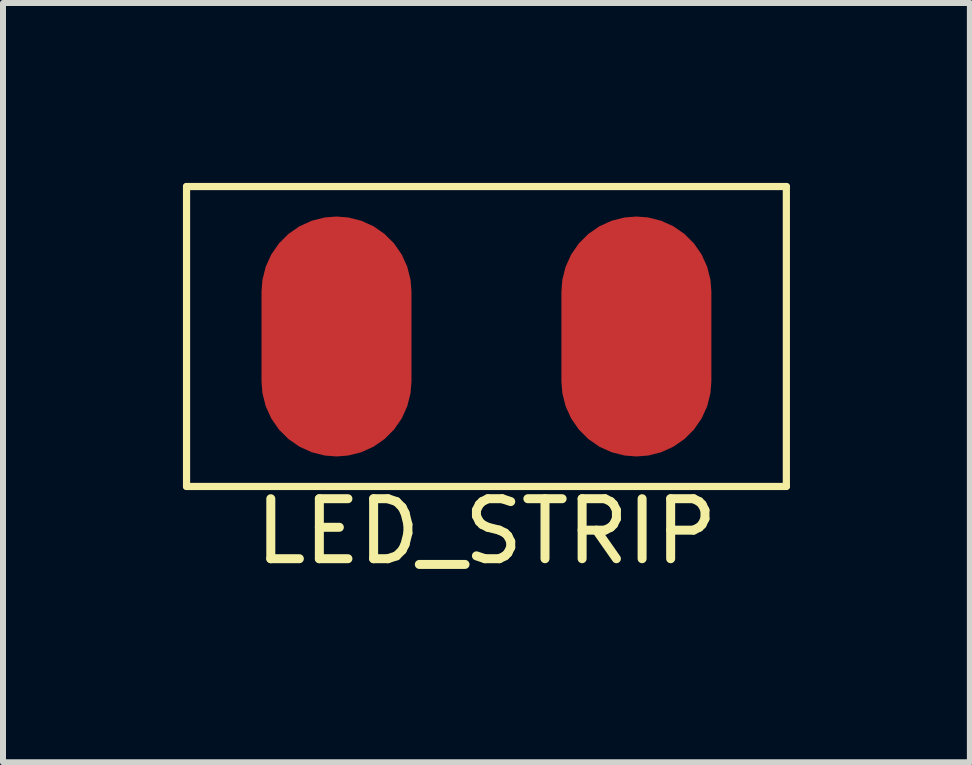
<source format=kicad_pcb>
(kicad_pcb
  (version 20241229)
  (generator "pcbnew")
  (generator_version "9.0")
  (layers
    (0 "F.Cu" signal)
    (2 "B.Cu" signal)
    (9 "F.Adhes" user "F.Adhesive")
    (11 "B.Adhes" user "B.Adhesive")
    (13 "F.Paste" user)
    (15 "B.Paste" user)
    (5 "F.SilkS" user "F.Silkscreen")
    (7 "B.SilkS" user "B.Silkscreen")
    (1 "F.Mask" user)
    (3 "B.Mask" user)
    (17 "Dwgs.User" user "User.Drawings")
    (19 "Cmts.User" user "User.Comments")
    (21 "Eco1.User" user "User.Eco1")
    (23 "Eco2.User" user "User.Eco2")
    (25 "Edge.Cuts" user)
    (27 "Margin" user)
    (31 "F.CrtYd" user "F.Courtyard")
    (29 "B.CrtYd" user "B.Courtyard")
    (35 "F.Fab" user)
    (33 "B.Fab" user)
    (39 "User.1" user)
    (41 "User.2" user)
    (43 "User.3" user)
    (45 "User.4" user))
  (footprint "LED_STRIP"
    (layer "F.Cu")
    (at 5.06 2.56)
    (property "Reference" "LED_STRIP" (at 0 3.25 0) (layer "F.SilkS") (effects (font (size 1 1) (thickness 0.15))))
    (attr through_hole)
    (fp_line (start -5 -2.5) (end -5 2.5) (stroke (width 0.12) (type solid)) (layer "F.SilkS"))
    (fp_line (start -5 2.5) (end 5 2.5) (stroke (width 0.12) (type solid)) (layer "F.SilkS"))
    (fp_line (start 5 -2.5) (end -5 -2.5) (stroke (width 0.12) (type solid)) (layer "F.SilkS"))
    (fp_line (start 5 2.5) (end 5 -2.5) (stroke (width 0.12) (type solid)) (layer "F.SilkS"))
    (pad "1" smd roundrect (at -2.5 0) (size 2.5 4) (layers "F.Cu" "F.Mask" "F.Paste") (roundrect_rratio 0.5))
    (pad "1" smd roundrect (at 2.5 0) (size 2.5 4) (layers "F.Cu" "F.Mask" "F.Paste") (roundrect_rratio 0.5)))
  (gr_rect
    (start -3 -3)
    (end 13.12 9.658)
    (stroke (width 0.1) (type default))
    (fill no)
    (layer "Edge.Cuts")))
</source>
